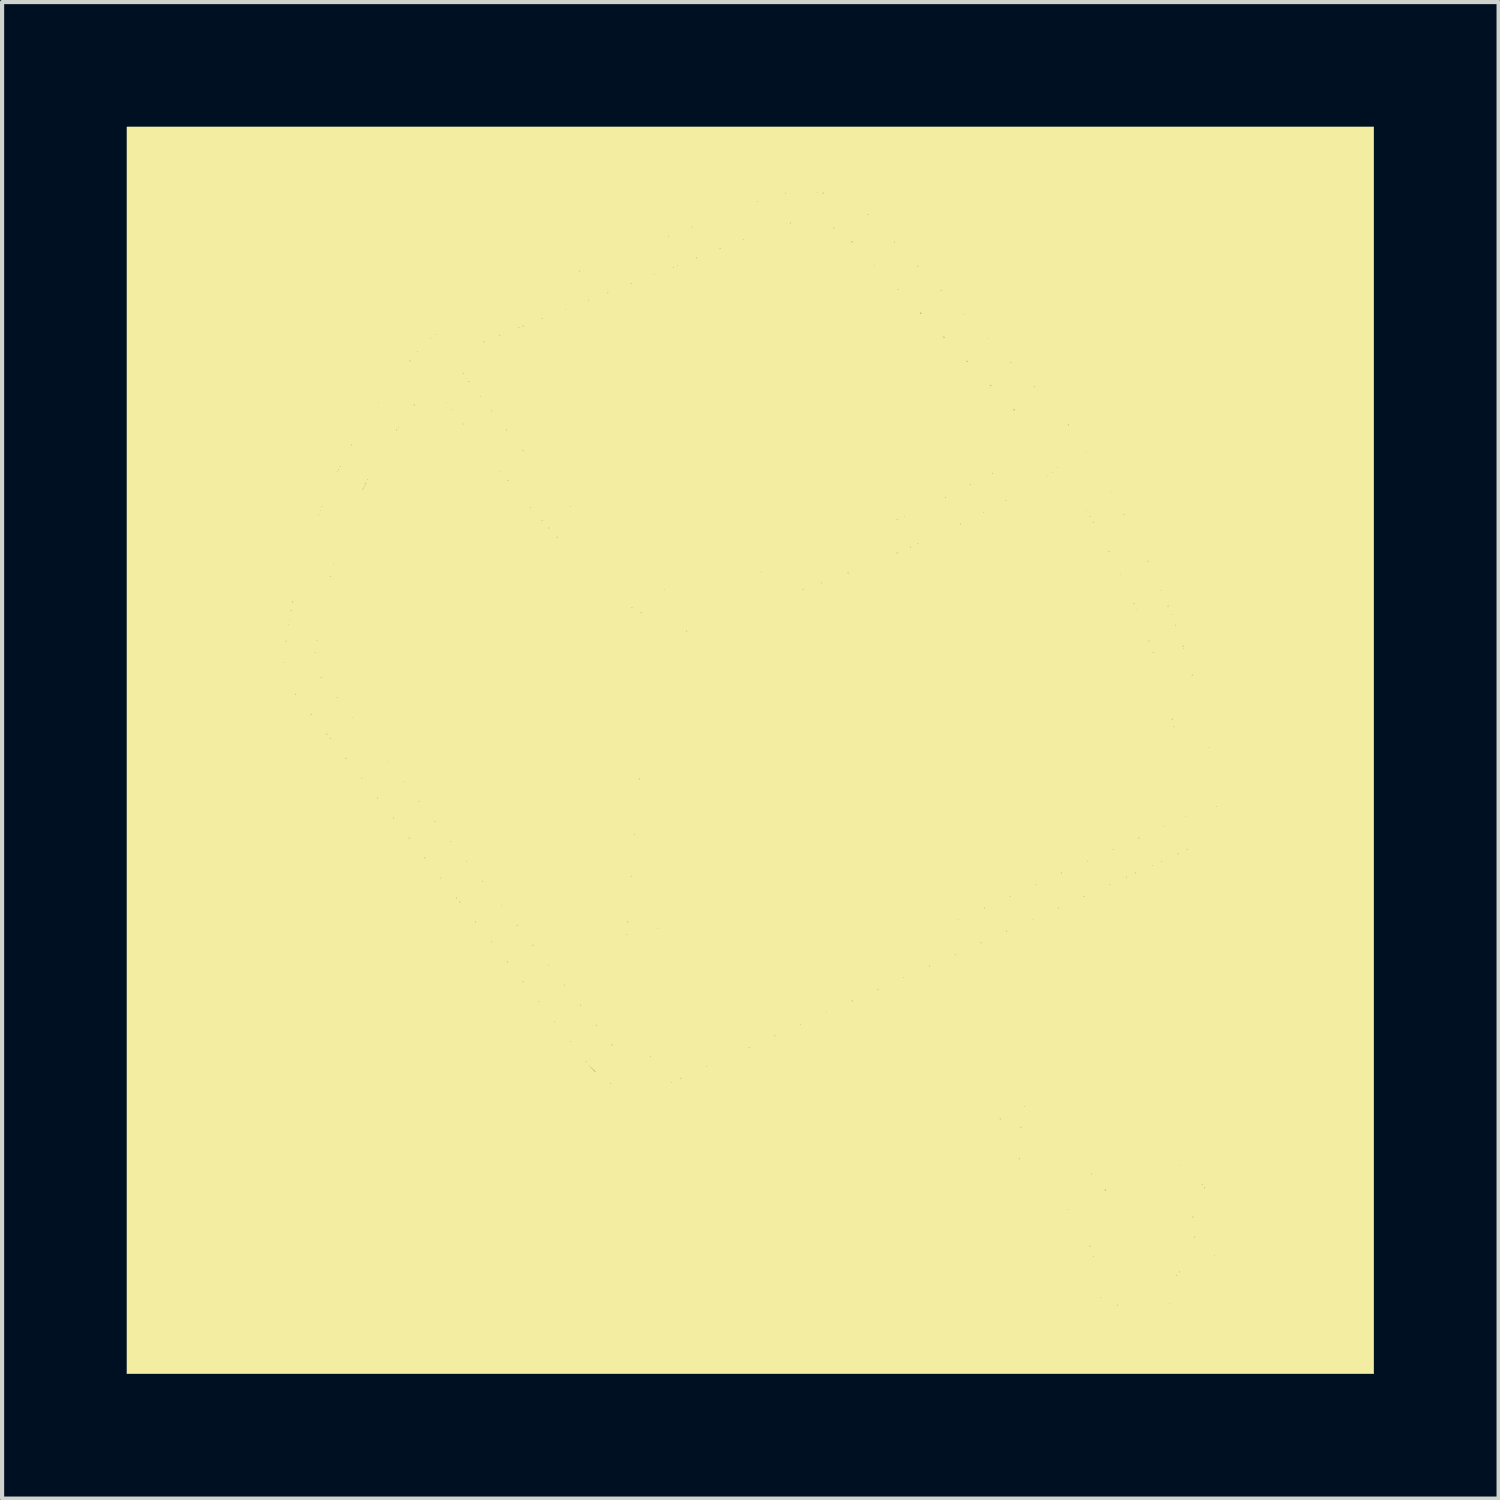
<source format=kicad_pcb>
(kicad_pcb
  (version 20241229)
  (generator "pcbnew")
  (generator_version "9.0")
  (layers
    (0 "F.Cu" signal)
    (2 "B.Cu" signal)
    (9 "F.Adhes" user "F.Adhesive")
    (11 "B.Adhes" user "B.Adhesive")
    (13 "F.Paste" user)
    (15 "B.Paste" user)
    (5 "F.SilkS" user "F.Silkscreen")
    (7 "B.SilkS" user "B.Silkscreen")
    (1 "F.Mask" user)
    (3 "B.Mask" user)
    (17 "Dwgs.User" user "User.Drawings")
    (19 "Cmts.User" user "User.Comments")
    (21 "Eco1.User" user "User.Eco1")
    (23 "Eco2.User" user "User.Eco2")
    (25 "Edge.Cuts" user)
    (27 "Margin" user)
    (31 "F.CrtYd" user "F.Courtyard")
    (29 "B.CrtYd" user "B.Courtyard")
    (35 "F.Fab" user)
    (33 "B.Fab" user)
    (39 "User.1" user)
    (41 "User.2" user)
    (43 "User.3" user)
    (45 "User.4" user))
  (footprint "Untitled"
    (layer "F.Cu")
    (at 15.005 15.005)
    (property "Reference" "Untitled" (at 0 0 0) (layer "F.SilkS") (effects (font (size 1.524 1.524) (thickness 0.3))))
    (attr through_hole)
    (fp_poly (pts (xy 15 15) (xy -15 15) (xy -15 13.35) (xy 8.82 13.35) (xy 8.83 13.36) (xy 8.84 13.35) (xy 8.83 13.34) (xy 8.82 13.35) (xy -15 13.35) (xy -15 13.31) (xy 10.08 13.31) (xy 10.09 13.32) (xy 10.1 13.31) (xy 10.09 13.3) (xy 10.08 13.31) (xy -15 13.31) (xy -15 13.17) (xy 8.42 13.17) (xy 8.43 13.18) (xy 8.44 13.17) (xy 8.43 13.16) (xy 8.42 13.17) (xy -15 13.17) (xy -15 12.63) (xy 10.24 12.63) (xy 10.25 12.64) (xy 10.26 12.63) (xy 10.25 12.62) (xy 10.24 12.63) (xy -15 12.63) (xy -15 12.55) (xy 10.32 12.55) (xy 10.33 12.56) (xy 10.34 12.55) (xy 10.33 12.54) (xy 10.32 12.55) (xy -15 12.55) (xy -15 12.17) (xy 8.24 12.17) (xy 8.25 12.18) (xy 8.26 12.17) (xy 8.25 12.16) (xy 8.24 12.17) (xy -15 12.17) (xy -15 12.15) (xy 11.16 12.15) (xy 11.17 12.16) (xy 11.18 12.15) (xy 11.17 12.14) (xy 11.16 12.15) (xy -15 12.15) (xy -15 11.93) (xy 8.16 11.93) (xy 8.17 11.94) (xy 8.18 11.93) (xy 8.17 11.92) (xy 8.16 11.93) (xy -15 11.93) (xy -15 11.71) (xy 10.68 11.71) (xy 10.69 11.72) (xy 10.7 11.71) (xy 10.69 11.7) (xy 10.68 11.71) (xy -15 11.71) (xy -15 11.23) (xy 10.64 11.23) (xy 10.65 11.24) (xy 10.66 11.23) (xy 10.65 11.22) (xy 10.64 11.23) (xy -15 11.23) (xy -15 11.05) (xy 7.64 11.05) (xy 7.65 11.06) (xy 7.66 11.05) (xy 7.65 11.04) (xy 7.64 11.05) (xy -15 11.05) (xy -15 10.599) (xy 8.525 10.599) (xy 8.528 10.6) (xy 8.546 10.586) (xy 8.55 10.58) (xy 8.555 10.561) (xy 8.552 10.56) (xy 8.534 10.574) (xy 8.53 10.58) (xy 8.525 10.599) (xy -15 10.599) (xy -15 10.53) (xy 10.92 10.53) (xy 10.93 10.54) (xy 10.94 10.53) (xy 10.93 10.52) (xy 10.92 10.53) (xy -15 10.53) (xy -15 10.45) (xy 10.86 10.45) (xy 10.87 10.46) (xy 10.88 10.45) (xy 10.87 10.44) (xy 10.86 10.45) (xy -15 10.45) (xy -15 10.19) (xy 8.2 10.19) (xy 8.21 10.2) (xy 8.22 10.19) (xy 8.21 10.18) (xy 8.2 10.19) (xy -15 10.19) (xy -15 9.99) (xy 10.34 9.99) (xy 10.35 10) (xy 10.36 9.99) (xy 10.35 9.98) (xy 10.34 9.99) (xy -15 9.99) (xy -15 9.83) (xy 6.46 9.83) (xy 6.47 9.84) (xy 6.48 9.83) (xy 6.47 9.82) (xy 6.46 9.83) (xy -15 9.83) (xy -15 9.07) (xy 6.5 9.07) (xy 6.51 9.08) (xy 6.52 9.07) (xy 6.51 9.06) (xy 6.5 9.07) (xy -15 9.07) (xy -15 8.87) (xy 6 8.87) (xy 6.01 8.88) (xy 6.02 8.87) (xy 6.01 8.86) (xy 6 8.87) (xy -15 8.87) (xy -15 8.57) (xy 6.58 8.57) (xy 6.59 8.58) (xy 6.6 8.57) (xy 6.59 8.56) (xy 6.58 8.57) (xy -15 8.57) (xy -15 8.01) (xy -3.38 8.01) (xy -3.37 8.02) (xy -3.36 8.01) (xy -3.37 8) (xy -3.38 8.01) (xy -15 8.01) (xy -15 7.99) (xy -1.9 7.99) (xy -1.89 8) (xy -1.88 7.99) (xy -1.89 7.98) (xy -1.9 7.99) (xy -15 7.99) (xy -15 7.89) (xy -1.68 7.89) (xy -1.67 7.9) (xy -1.66 7.89) (xy -1.67 7.88) (xy -1.68 7.89) (xy -15 7.89) (xy -15 7.57) (xy -3.89 7.57) (xy -3.811 7.655) (xy -3.762 7.707) (xy -3.733 7.734) (xy -3.721 7.739) (xy -3.72 7.734) (xy -3.733 7.718) (xy -3.768 7.684) (xy -3.805 7.649) (xy -3.847 7.61) (xy -1.06 7.61) (xy -1.05 7.62) (xy -1.04 7.61) (xy -1.05 7.6) (xy -1.06 7.61) (xy -3.847 7.61) (xy -3.89 7.57) (xy -15 7.57) (xy -15 7.49) (xy -3.96 7.49) (xy -3.95 7.5) (xy -3.94 7.49) (xy -3.95 7.48) (xy -3.96 7.49) (xy -15 7.49) (xy -15 7.37) (xy -2.42 7.37) (xy -2.41 7.38) (xy -2.4 7.37) (xy -2.41 7.36) (xy -2.42 7.37) (xy -15 7.37) (xy -15 7.15) (xy -0.04 7.15) (xy -0.03 7.16) (xy -0.02 7.15) (xy -0.03 7.14) (xy -0.04 7.15) (xy -15 7.15) (xy -15 7.09) (xy -3.34 7.09) (xy -3.33 7.1) (xy -3.32 7.09) (xy -3.33 7.08) (xy -3.34 7.09) (xy -15 7.09) (xy -15 7.01) (xy -4.34 7.01) (xy -4.33 7.02) (xy -4.32 7.01) (xy -4.33 7) (xy -4.34 7.01) (xy -15 7.01) (xy -15 6.87) (xy 0.58 6.87) (xy 0.59 6.88) (xy 0.6 6.87) (xy 0.59 6.86) (xy 0.58 6.87) (xy -15 6.87) (xy -15 6.61) (xy -3.72 6.61) (xy -3.71 6.62) (xy -3.7 6.61) (xy -3.71 6.6) (xy -3.72 6.61) (xy -15 6.61) (xy -15 6.59) (xy 1.2 6.59) (xy 1.21 6.6) (xy 1.22 6.59) (xy 1.21 6.58) (xy 1.2 6.59) (xy -15 6.59) (xy -15 6.53) (xy -4.72 6.53) (xy -4.71 6.54) (xy -4.7 6.53) (xy -4.71 6.52) (xy -4.72 6.53) (xy -15 6.53) (xy -15 6.31) (xy 1.82 6.31) (xy 1.83 6.32) (xy 1.84 6.31) (xy 1.83 6.3) (xy 1.82 6.31) (xy -15 6.31) (xy -15 6.13) (xy -4.1 6.13) (xy -4.09 6.14) (xy -4.08 6.13) (xy -4.09 6.12) (xy -4.1 6.13) (xy -15 6.13) (xy -15 6.05) (xy -5.1 6.05) (xy -5.09 6.06) (xy -5.08 6.05) (xy -5.09 6.04) (xy -5.1 6.05) (xy -15 6.05) (xy -15 6.03) (xy 2.44 6.03) (xy 2.45 6.04) (xy 2.46 6.03) (xy 2.45 6.02) (xy 2.44 6.03) (xy -15 6.03) (xy -15 5.75) (xy 3.06 5.75) (xy 3.07 5.76) (xy 3.08 5.75) (xy 3.07 5.74) (xy 3.06 5.75) (xy -15 5.75) (xy -15 5.65) (xy -4.48 5.65) (xy -4.47 5.66) (xy -4.46 5.65) (xy -4.47 5.64) (xy -4.48 5.65) (xy -15 5.65) (xy -15 5.57) (xy -5.48 5.57) (xy -5.47 5.58) (xy -5.46 5.57) (xy -5.47 5.56) (xy -5.48 5.57) (xy -15 5.57) (xy -15 5.47) (xy 3.68 5.47) (xy 3.69 5.48) (xy 3.7 5.47) (xy 3.69 5.46) (xy 3.68 5.47) (xy -15 5.47) (xy -15 5.19) (xy 4.3 5.19) (xy 4.31 5.2) (xy 4.32 5.19) (xy 4.31 5.18) (xy 4.3 5.19) (xy -15 5.19) (xy -15 5.17) (xy -4.86 5.17) (xy -4.85 5.18) (xy -4.84 5.17) (xy -4.85 5.16) (xy -4.86 5.17) (xy -15 5.17) (xy -15 5.09) (xy -5.86 5.09) (xy -5.85 5.1) (xy -5.84 5.09) (xy -5.85 5.08) (xy -5.86 5.09) (xy -15 5.09) (xy -15 4.91) (xy 4.92 4.91) (xy 4.93 4.92) (xy 4.94 4.91) (xy 4.93 4.9) (xy 4.92 4.91) (xy -15 4.91) (xy -15 4.69) (xy -5.24 4.69) (xy -5.23 4.7) (xy -5.22 4.69) (xy -5.23 4.68) (xy -5.24 4.69) (xy -15 4.69) (xy -15 4.63) (xy 5.54 4.63) (xy 5.55 4.64) (xy 5.56 4.63) (xy 5.55 4.62) (xy 5.54 4.63) (xy -15 4.63) (xy -15 4.61) (xy -6.24 4.61) (xy -6.23 4.62) (xy -6.22 4.61) (xy -6.23 4.6) (xy -6.24 4.61) (xy -15 4.61) (xy -15 4.43) (xy -2.98 4.43) (xy -2.97 4.44) (xy -2.96 4.43) (xy -2.97 4.42) (xy -2.98 4.43) (xy -15 4.43) (xy -15 4.35) (xy 6.16 4.35) (xy 6.17 4.36) (xy 6.18 4.35) (xy 6.17 4.34) (xy 6.16 4.35) (xy -15 4.35) (xy -15 4.29) (xy -2.24 4.29) (xy -2.23 4.3) (xy -2.22 4.29) (xy -2.23 4.28) (xy -2.24 4.29) (xy -15 4.29) (xy -15 4.21) (xy -5.62 4.21) (xy -5.61 4.22) (xy -5.6 4.21) (xy -5.61 4.2) (xy -5.62 4.21) (xy -15 4.21) (xy -15 4.13) (xy -6.62 4.13) (xy -6.61 4.14) (xy -6.6 4.13) (xy -2.96 4.13) (xy -2.95 4.14) (xy -2.94 4.13) (xy -2.95 4.12) (xy -2.96 4.13) (xy -6.6 4.13) (xy -6.61 4.12) (xy -6.62 4.13) (xy -15 4.13) (xy -15 4.07) (xy 5 4.07) (xy 5.01 4.08) (xy 5.02 4.07) (xy 6.78 4.07) (xy 6.79 4.08) (xy 6.8 4.07) (xy 6.79 4.06) (xy 6.78 4.07) (xy 5.02 4.07) (xy 5.01 4.06) (xy 5 4.07) (xy -15 4.07) (xy -15 3.79) (xy 5.62 3.79) (xy 5.63 3.8) (xy 5.64 3.79) (xy 7.4 3.79) (xy 7.41 3.8) (xy 7.42 3.79) (xy 7.41 3.78) (xy 7.4 3.79) (xy 5.64 3.79) (xy 5.63 3.78) (xy 5.62 3.79) (xy -15 3.79) (xy -15 3.73) (xy -6 3.73) (xy -5.99 3.74) (xy -5.98 3.73) (xy -5.99 3.72) (xy -6 3.73) (xy -15 3.73) (xy -15 3.65) (xy -7 3.65) (xy -6.99 3.66) (xy -6.98 3.65) (xy -6.99 3.64) (xy -7 3.65) (xy -15 3.65) (xy -15 3.55) (xy -7.08 3.55) (xy -7.07 3.56) (xy -7.06 3.55) (xy -7.07 3.54) (xy -7.08 3.55) (xy -15 3.55) (xy -15 3.51) (xy 6.24 3.51) (xy 6.25 3.52) (xy 6.26 3.51) (xy 8.02 3.51) (xy 8.03 3.52) (xy 8.04 3.51) (xy 8.03 3.5) (xy 8.02 3.51) (xy 6.26 3.51) (xy 6.25 3.5) (xy 6.24 3.51) (xy -15 3.51) (xy -15 3.23) (xy 6.86 3.23) (xy 6.87 3.24) (xy 6.88 3.23) (xy 8.64 3.23) (xy 8.65 3.24) (xy 8.66 3.23) (xy 8.65 3.22) (xy 8.64 3.23) (xy 6.88 3.23) (xy 6.87 3.22) (xy 6.86 3.23) (xy -15 3.23) (xy -15 3.15) (xy -6.46 3.15) (xy -6.45 3.16) (xy -6.44 3.15) (xy -6.45 3.14) (xy -6.46 3.15) (xy -15 3.15) (xy -15 3.07) (xy -7.46 3.07) (xy -7.45 3.08) (xy -7.44 3.07) (xy -7.45 3.06) (xy -7.46 3.07) (xy -15 3.07) (xy -15 3.05) (xy 9.04 3.05) (xy 9.05 3.06) (xy 9.06 3.05) (xy 9.05 3.04) (xy 9.04 3.05) (xy -15 3.05) (xy -15 3.03) (xy -2.88 3.03) (xy -2.87 3.04) (xy -2.86 3.03) (xy -2.87 3.02) (xy -2.88 3.03) (xy -15 3.03) (xy -15 2.95) (xy 7.48 2.95) (xy 7.49 2.96) (xy 7.5 2.95) (xy 9.26 2.95) (xy 9.27 2.96) (xy 9.28 2.95) (xy 9.27 2.94) (xy 9.26 2.95) (xy 7.5 2.95) (xy 7.49 2.94) (xy 7.48 2.95) (xy -15 2.95) (xy -15 2.77) (xy 9.66 2.77) (xy 9.67 2.78) (xy 9.68 2.77) (xy 9.67 2.76) (xy 9.66 2.77) (xy -15 2.77) (xy -15 2.67) (xy -6.84 2.67) (xy -6.83 2.68) (xy -6.82 2.67) (xy 8.1 2.67) (xy 8.11 2.68) (xy 8.12 2.67) (xy 9.88 2.67) (xy 9.89 2.68) (xy 9.9 2.67) (xy 9.89 2.66) (xy 9.88 2.67) (xy 8.12 2.67) (xy 8.11 2.66) (xy 8.1 2.67) (xy -6.82 2.67) (xy -6.83 2.66) (xy -6.84 2.67) (xy -15 2.67) (xy -15 2.59) (xy -7.84 2.59) (xy -7.83 2.6) (xy -7.82 2.59) (xy -7.83 2.58) (xy -7.84 2.59) (xy -15 2.59) (xy -15 2.49) (xy 10.28 2.49) (xy 10.29 2.5) (xy 10.3 2.49) (xy 10.29 2.48) (xy 10.28 2.49) (xy -15 2.49) (xy -15 2.39) (xy 8.72 2.39) (xy 8.73 2.4) (xy 8.74 2.39) (xy 10.5 2.39) (xy 10.51 2.4) (xy 10.52 2.39) (xy 10.51 2.38) (xy 10.5 2.39) (xy 8.74 2.39) (xy 8.73 2.38) (xy 8.72 2.39) (xy -15 2.39) (xy -15 2.19) (xy -7.22 2.19) (xy -7.21 2.2) (xy -7.2 2.19) (xy -7.21 2.18) (xy -7.22 2.19) (xy -15 2.19) (xy -15 2.11) (xy -8.22 2.11) (xy -8.21 2.12) (xy -8.2 2.11) (xy 9.34 2.11) (xy 9.35 2.12) (xy 9.36 2.11) (xy 9.35 2.1) (xy 9.34 2.11) (xy -8.2 2.11) (xy -8.21 2.1) (xy -8.22 2.11) (xy -15 2.11) (xy -15 2.03) (xy -2.8 2.03) (xy -2.79 2.04) (xy -2.78 2.03) (xy -2.79 2.02) (xy -2.8 2.03) (xy -15 2.03) (xy -15 1.83) (xy 9.96 1.83) (xy 9.97 1.84) (xy 9.98 1.83) (xy 9.97 1.82) (xy 9.96 1.83) (xy -15 1.83) (xy -15 1.71) (xy -7.6 1.71) (xy -7.59 1.72) (xy -7.58 1.71) (xy -7.59 1.7) (xy -7.6 1.71) (xy -15 1.71) (xy -15 1.63) (xy -8.6 1.63) (xy -8.59 1.64) (xy -8.58 1.63) (xy -8.59 1.62) (xy -8.6 1.63) (xy -15 1.63) (xy -15 1.59) (xy 10.46 1.59) (xy 10.47 1.6) (xy 10.48 1.59) (xy 10.47 1.58) (xy 10.46 1.59) (xy -15 1.59) (xy -15 1.35) (xy 11.2 1.35) (xy 11.21 1.36) (xy 11.22 1.35) (xy 11.21 1.34) (xy 11.2 1.35) (xy -15 1.35) (xy -15 1.23) (xy -7.98 1.23) (xy -7.97 1.24) (xy -7.96 1.23) (xy -7.97 1.22) (xy -7.98 1.23) (xy -15 1.23) (xy -15 1.15) (xy -8.98 1.15) (xy -8.97 1.16) (xy -8.96 1.15) (xy -8.97 1.14) (xy -8.98 1.15) (xy -15 1.15) (xy -15 0.75) (xy -8.36 0.75) (xy -8.35 0.76) (xy -8.34 0.75) (xy -8.35 0.74) (xy -8.36 0.75) (xy -15 0.75) (xy -15 0.69) (xy -2.68 0.69) (xy -2.67 0.7) (xy -2.66 0.69) (xy -2.67 0.68) (xy -2.68 0.69) (xy -15 0.69) (xy -15 0.67) (xy -9.36 0.67) (xy -9.35 0.68) (xy -9.34 0.67) (xy -9.35 0.66) (xy -9.36 0.67) (xy -15 0.67) (xy -15 0.27) (xy -8.74 0.27) (xy -8.73 0.28) (xy -8.72 0.27) (xy -8.73 0.26) (xy -8.74 0.27) (xy -15 0.27) (xy -15 0.19) (xy -9.74 0.19) (xy -9.73 0.2) (xy -9.72 0.19) (xy -9.73 0.18) (xy -9.74 0.19) (xy -15 0.19) (xy -15 -0.07) (xy 11.02 -0.07) (xy 11.03 -0.06) (xy 11.04 -0.07) (xy 11.03 -0.08) (xy 11.02 -0.07) (xy -15 -0.07) (xy -15 -0.29) (xy -10.12 -0.29) (xy -10.11 -0.28) (xy -10.1 -0.29) (xy -10.11 -0.3) (xy -10.12 -0.29) (xy -15 -0.29) (xy -15 -0.39) (xy -10.2 -0.39) (xy -10.19 -0.38) (xy -10.18 -0.39) (xy -10.19 -0.4) (xy -10.2 -0.39) (xy -15 -0.39) (xy -15 -0.57) (xy 10.18 -0.57) (xy 10.19 -0.56) (xy 10.2 -0.57) (xy 10.19 -0.58) (xy 10.18 -0.57) (xy -15 -0.57) (xy -15 -0.75) (xy 10.14 -0.75) (xy 10.15 -0.74) (xy 10.16 -0.75) (xy 10.15 -0.76) (xy 10.14 -0.75) (xy -15 -0.75) (xy -15 -0.79) (xy -9.58 -0.79) (xy -9.57 -0.78) (xy -9.56 -0.79) (xy -9.57 -0.8) (xy -9.58 -0.79) (xy -15 -0.79) (xy -15 -0.87) (xy -10.58 -0.87) (xy -10.57 -0.86) (xy -10.56 -0.87) (xy -10.57 -0.88) (xy -10.58 -0.87) (xy -15 -0.87) (xy -15 -1.27) (xy -9.96 -1.27) (xy -9.95 -1.26) (xy -9.94 -1.27) (xy -9.95 -1.28) (xy -9.96 -1.27) (xy -15 -1.27) (xy -15 -1.35) (xy -10.96 -1.35) (xy -10.95 -1.34) (xy -10.94 -1.35) (xy -10.95 -1.36) (xy -10.96 -1.35) (xy -15 -1.35) (xy -15 -1.75) (xy -10.34 -1.75) (xy -10.33 -1.74) (xy -10.32 -1.75) (xy -10.33 -1.76) (xy -10.34 -1.75) (xy -15 -1.75) (xy -15 -1.81) (xy 10.62 -1.81) (xy 10.63 -1.8) (xy 10.64 -1.81) (xy 10.63 -1.82) (xy 10.62 -1.81) (xy -15 -1.81) (xy -15 -2.11) (xy -11.24 -2.11) (xy -11.23 -2.1) (xy -11.22 -2.11) (xy -11.23 -2.12) (xy -11.24 -2.11) (xy -15 -2.11) (xy -15 -2.35) (xy -10.48 -2.35) (xy -10.47 -2.34) (xy -10.46 -2.35) (xy 9.68 -2.35) (xy 9.69 -2.34) (xy 9.7 -2.35) (xy 9.69 -2.36) (xy 9.68 -2.35) (xy -10.46 -2.35) (xy -10.47 -2.36) (xy -10.48 -2.35) (xy -15 -2.35) (xy -15 -2.45) (xy 10.42 -2.45) (xy 10.43 -2.44) (xy 10.44 -2.45) (xy 10.43 -2.46) (xy 10.42 -2.45) (xy -15 -2.45) (xy -15 -2.51) (xy 10.4 -2.51) (xy 10.41 -2.5) (xy 10.42 -2.51) (xy 10.41 -2.52) (xy 10.4 -2.51) (xy -15 -2.51) (xy -15 -2.63) (xy -11.18 -2.63) (xy -11.17 -2.62) (xy -11.16 -2.63) (xy 9.58 -2.63) (xy 9.59 -2.62) (xy 9.6 -2.63) (xy 9.59 -2.64) (xy 9.58 -2.63) (xy -11.16 -2.63) (xy -11.17 -2.64) (xy -11.18 -2.63) (xy -15 -2.63) (xy -15 -2.65) (xy -10.44 -2.65) (xy -10.43 -2.64) (xy -10.42 -2.65) (xy -10.43 -2.66) (xy -10.44 -2.65) (xy -15 -2.65) (xy -15 -2.87) (xy -1.54 -2.87) (xy -1.53 -2.86) (xy -1.52 -2.87) (xy -1.53 -2.88) (xy -1.54 -2.87) (xy -15 -2.87) (xy -15 -3.01) (xy 10.22 -3.01) (xy 10.23 -3) (xy 10.24 -3.01) (xy 10.23 -3.02) (xy 10.22 -3.01) (xy -15 -3.01) (xy -15 -3.03) (xy -11.12 -3.03) (xy -11.11 -3.02) (xy -11.1 -3.03) (xy -11.11 -3.04) (xy -11.12 -3.03) (xy -15 -3.03) (xy -15 -3.15) (xy -11.1 -3.15) (xy -11.09 -3.14) (xy -11.08 -3.15) (xy -11.09 -3.16) (xy -11.1 -3.15) (xy -15 -3.15) (xy -15 -3.27) (xy 10.12 -3.27) (xy 10.13 -3.26) (xy 10.14 -3.27) (xy 10.13 -3.28) (xy 10.12 -3.27) (xy -15 -3.27) (xy -15 -3.31) (xy -2.64 -3.31) (xy -2.63 -3.3) (xy -2.62 -3.31) (xy -2.63 -3.32) (xy -2.64 -3.31) (xy -15 -3.31) (xy -15 -3.37) (xy -11.06 -3.37) (xy -11.05 -3.36) (xy -11.04 -3.37) (xy -11.05 -3.38) (xy -11.06 -3.37) (xy -15 -3.37) (xy -15 -3.39) (xy 9.28 -3.39) (xy 9.29 -3.38) (xy 9.3 -3.39) (xy 9.29 -3.4) (xy 9.28 -3.39) (xy -15 -3.39) (xy -15 -3.43) (xy -2.86 -3.43) (xy -2.85 -3.42) (xy -2.84 -3.43) (xy -2.85 -3.44) (xy -2.86 -3.43) (xy -15 -3.43) (xy -15 -3.47) (xy 10.04 -3.47) (xy 10.05 -3.46) (xy 10.06 -3.47) (xy 10.05 -3.48) (xy 10.04 -3.47) (xy -15 -3.47) (xy -15 -3.53) (xy 9.22 -3.53) (xy 9.23 -3.52) (xy 9.24 -3.53) (xy 9.23 -3.54) (xy 9.22 -3.53) (xy -15 -3.53) (xy -15 -3.57) (xy -11.02 -3.57) (xy -11.01 -3.56) (xy -11 -3.57) (xy -11.01 -3.58) (xy -11.02 -3.57) (xy -15 -3.57) (xy -15 -3.85) (xy 9.88 -3.85) (xy 9.89 -3.84) (xy 9.9 -3.85) (xy 9.89 -3.86) (xy 9.88 -3.85) (xy -15 -3.85) (xy -15 -3.87) (xy -2.08 -3.87) (xy -2.07 -3.86) (xy -2.06 -3.87) (xy 1.26 -3.87) (xy 1.27 -3.86) (xy 1.28 -3.87) (xy 1.27 -3.88) (xy 1.26 -3.87) (xy -2.06 -3.87) (xy -2.07 -3.88) (xy -2.08 -3.87) (xy -15 -3.87) (xy -15 -4.03) (xy 1.7 -4.03) (xy 1.71 -4.02) (xy 1.72 -4.03) (xy 1.71 -4.04) (xy 1.7 -4.03) (xy -15 -4.03) (xy -15 -4.19) (xy -10.12 -4.19) (xy -10.11 -4.18) (xy -10.1 -4.19) (xy -10.11 -4.2) (xy -10.12 -4.19) (xy -15 -4.19) (xy -15 -4.23) (xy 8.9 -4.23) (xy 8.91 -4.22) (xy 8.92 -4.23) (xy 8.91 -4.24) (xy 8.9 -4.23) (xy -15 -4.23) (xy -15 -4.27) (xy 2.34 -4.27) (xy 2.35 -4.26) (xy 2.36 -4.27) (xy 2.35 -4.28) (xy 2.34 -4.27) (xy -15 -4.27) (xy -15 -4.29) (xy 0.26 -4.29) (xy 0.27 -4.28) (xy 0.28 -4.29) (xy 0.27 -4.3) (xy 0.26 -4.29) (xy -15 -4.29) (xy -15 -4.47) (xy -10.04 -4.47) (xy -10.03 -4.46) (xy -10.02 -4.47) (xy -10.03 -4.48) (xy -10.04 -4.47) (xy -15 -4.47) (xy -15 -4.55) (xy 9.56 -4.55) (xy 9.57 -4.54) (xy 9.58 -4.55) (xy 9.57 -4.56) (xy 9.56 -4.55) (xy -15 -4.55) (xy -15 -4.75) (xy 3.52 -4.75) (xy 3.53 -4.74) (xy 3.54 -4.75) (xy 3.53 -4.76) (xy 3.52 -4.75) (xy -15 -4.75) (xy -15 -4.79) (xy 8.62 -4.79) (xy 8.63 -4.78) (xy 8.64 -4.79) (xy 8.63 -4.8) (xy 8.62 -4.79) (xy -15 -4.79) (xy -15 -4.89) (xy 3.84 -4.89) (xy 3.85 -4.88) (xy 3.86 -4.89) (xy 3.85 -4.9) (xy 3.84 -4.89) (xy -15 -4.89) (xy -15 -4.97) (xy 4.02 -4.97) (xy 4.03 -4.96) (xy 4.04 -4.97) (xy 4.03 -4.98) (xy 4.02 -4.97) (xy -15 -4.97) (xy -15 -5.13) (xy -4.66 -5.13) (xy -4.65 -5.12) (xy -4.64 -5.13) (xy -4.65 -5.14) (xy -4.66 -5.13) (xy -15 -5.13) (xy -15 -5.35) (xy -4.86 -5.35) (xy -4.85 -5.34) (xy -4.84 -5.35) (xy -4.85 -5.36) (xy -4.86 -5.35) (xy -15 -5.35) (xy -15 -5.45) (xy 5.04 -5.45) (xy 5.05 -5.44) (xy 5.06 -5.45) (xy 5.05 -5.46) (xy 5.04 -5.45) (xy -15 -5.45) (xy -15 -5.49) (xy 8.24 -5.49) (xy 8.25 -5.48) (xy 8.26 -5.49) (xy 8.25 -5.5) (xy 8.24 -5.49) (xy -15 -5.49) (xy -15 -5.53) (xy -5.02 -5.53) (xy -5.01 -5.52) (xy -5 -5.53) (xy -5.01 -5.54) (xy -5.02 -5.53) (xy -15 -5.53) (xy -15 -5.55) (xy 3.52 -5.55) (xy 3.53 -5.54) (xy 3.54 -5.55) (xy 3.53 -5.56) (xy 3.52 -5.55) (xy -15 -5.55) (xy -15 -5.63) (xy 3.7 -5.63) (xy 3.71 -5.62) (xy 3.72 -5.63) (xy 8.16 -5.63) (xy 8.17 -5.62) (xy 8.18 -5.63) (xy 8.17 -5.64) (xy 8.16 -5.63) (xy 3.72 -5.63) (xy 3.71 -5.64) (xy 3.7 -5.63) (xy -15 -5.63) (xy -15 -5.67) (xy -10.4 -5.67) (xy -10.39 -5.66) (xy -10.38 -5.67) (xy 8.98 -5.67) (xy 8.99 -5.66) (xy 9 -5.67) (xy 8.99 -5.68) (xy 8.98 -5.67) (xy -10.38 -5.67) (xy -10.39 -5.68) (xy -10.4 -5.67) (xy -15 -5.67) (xy -15 -5.73) (xy 5.6 -5.73) (xy 5.61 -5.72) (xy 5.62 -5.73) (xy 5.61 -5.74) (xy 5.6 -5.73) (xy -15 -5.73) (xy -15 -5.77) (xy -10.36 -5.77) (xy -10.35 -5.76) (xy -10.34 -5.77) (xy 8.08 -5.77) (xy 8.09 -5.76) (xy 8.1 -5.77) (xy 8.09 -5.78) (xy 8.08 -5.77) (xy -10.34 -5.77) (xy -10.35 -5.78) (xy -10.36 -5.77) (xy -15 -5.77) (xy -15 -5.85) (xy -5.3 -5.85) (xy -5.29 -5.84) (xy -5.28 -5.85) (xy -5.29 -5.86) (xy -5.3 -5.85) (xy -15 -5.85) (xy -15 -5.87) (xy -10.32 -5.87) (xy -10.31 -5.86) (xy -10.3 -5.87) (xy -4.34 -5.87) (xy -4.33 -5.86) (xy -4.32 -5.87) (xy -4.33 -5.88) (xy -4.34 -5.87) (xy -10.3 -5.87) (xy -10.31 -5.88) (xy -10.32 -5.87) (xy -15 -5.87) (xy -15 -6.01) (xy 6.14 -6.01) (xy 6.15 -6) (xy 6.16 -6.01) (xy 6.15 -6.02) (xy 6.14 -6.01) (xy -15 -6.01) (xy -15 -6.09) (xy 4.68 -6.09) (xy 4.69 -6.08) (xy 4.7 -6.09) (xy 4.69 -6.1) (xy 4.68 -6.09) (xy -15 -6.09) (xy -15 -6.23) (xy 8.66 -6.23) (xy 8.67 -6.22) (xy 8.68 -6.23) (xy 8.67 -6.24) (xy 8.66 -6.23) (xy -15 -6.23) (xy -15 -6.27) (xy -9.34 -6.27) (xy -9.33 -6.26) (xy -9.32 -6.27) (xy -9.33 -6.28) (xy -9.34 -6.27) (xy -15 -6.27) (xy -15 -6.31) (xy -9.32 -6.31) (xy -9.31 -6.3) (xy -9.3 -6.31) (xy -9.31 -6.32) (xy -9.32 -6.31) (xy -15 -6.31) (xy -15 -6.35) (xy -9.3 -6.35) (xy -9.29 -6.34) (xy -9.28 -6.35) (xy -9.29 -6.36) (xy -9.3 -6.35) (xy -15 -6.35) (xy -15 -6.39) (xy -9.28 -6.39) (xy -9.27 -6.38) (xy -9.26 -6.39) (xy 5.28 -6.39) (xy 5.29 -6.38) (xy 5.3 -6.39) (xy 5.29 -6.4) (xy 5.28 -6.39) (xy -9.26 -6.39) (xy -9.27 -6.4) (xy -9.28 -6.39) (xy -15 -6.39) (xy -15 -6.43) (xy -9.26 -6.43) (xy -9.25 -6.42) (xy -9.24 -6.43) (xy -9.25 -6.44) (xy -9.26 -6.43) (xy -15 -6.43) (xy -15 -6.49) (xy -5.84 -6.49) (xy -5.83 -6.48) (xy -5.82 -6.49) (xy -5.83 -6.5) (xy -5.84 -6.49) (xy -15 -6.49) (xy -15 -6.51) (xy -9.22 -6.51) (xy -9.21 -6.5) (xy -9.2 -6.51) (xy -9.21 -6.52) (xy -9.22 -6.51) (xy -15 -6.51) (xy -15 -6.59) (xy 7.14 -6.59) (xy 7.15 -6.58) (xy 7.16 -6.59) (xy 7.15 -6.6) (xy 7.14 -6.59) (xy -15 -6.59) (xy -15 -6.67) (xy 5.82 -6.67) (xy 5.83 -6.66) (xy 5.84 -6.67) (xy 5.83 -6.68) (xy 5.82 -6.67) (xy -15 -6.67) (xy -15 -6.69) (xy 7.26 -6.69) (xy 7.27 -6.68) (xy 7.28 -6.69) (xy 7.27 -6.7) (xy 7.26 -6.69) (xy -15 -6.69) (xy -15 -6.71) (xy -9.94 -6.71) (xy -9.93 -6.7) (xy -9.92 -6.71) (xy -6.02 -6.71) (xy -6.01 -6.7) (xy -6 -6.71) (xy -6.01 -6.72) (xy -6.02 -6.71) (xy -9.92 -6.71) (xy -9.93 -6.72) (xy -9.94 -6.71) (xy -15 -6.71) (xy -15 -6.75) (xy -9.92 -6.75) (xy -9.91 -6.74) (xy -9.9 -6.75) (xy -9.91 -6.76) (xy -9.92 -6.75) (xy -15 -6.75) (xy -15 -6.81) (xy 7.38 -6.81) (xy 7.39 -6.8) (xy 7.4 -6.81) (xy 7.39 -6.82) (xy 7.38 -6.81) (xy -15 -6.81) (xy -15 -6.83) (xy -9.88 -6.83) (xy -9.87 -6.82) (xy -9.86 -6.83) (xy -9.87 -6.84) (xy -9.88 -6.83) (xy -15 -6.83) (xy -15 -7.17) (xy 8.08 -7.17) (xy 8.09 -7.16) (xy 8.1 -7.17) (xy 8.09 -7.18) (xy 8.08 -7.17) (xy -15 -7.17) (xy -15 -7.21) (xy -5.48 -7.21) (xy -5.47 -7.2) (xy -5.46 -7.21) (xy -5.47 -7.22) (xy -5.48 -7.21) (xy -15 -7.21) (xy -15 -7.35) (xy -9.6 -7.35) (xy -9.59 -7.34) (xy -9.58 -7.35) (xy -9.59 -7.36) (xy -9.6 -7.35) (xy -15 -7.35) (xy -15 -7.71) (xy -8.52 -7.71) (xy -8.51 -7.7) (xy -8.5 -7.71) (xy -5.88 -7.71) (xy -5.87 -7.7) (xy -5.86 -7.71) (xy -5.87 -7.72) (xy -5.88 -7.71) (xy -8.5 -7.71) (xy -8.51 -7.72) (xy -8.52 -7.71) (xy -15 -7.71) (xy -15 -7.77) (xy -8.48 -7.77) (xy -8.47 -7.76) (xy -8.46 -7.77) (xy -8.47 -7.78) (xy -8.48 -7.77) (xy -15 -7.77) (xy -15 -7.83) (xy 7.64 -7.83) (xy 7.65 -7.82) (xy 7.66 -7.83) (xy 7.65 -7.84) (xy 7.64 -7.83) (xy -15 -7.83) (xy -15 -7.85) (xy -6.92 -7.85) (xy -6.91 -7.84) (xy -6.9 -7.85) (xy -6.91 -7.86) (xy -6.92 -7.85) (xy -15 -7.85) (xy -15 -8.17) (xy -6.24 -8.17) (xy -6.23 -8.16) (xy -6.22 -8.17) (xy -6.23 -8.18) (xy -6.24 -8.17) (xy -15 -8.17) (xy -15 -8.19) (xy -7.18 -8.19) (xy -7.17 -8.18) (xy -7.16 -8.19) (xy -7.17 -8.2) (xy -7.18 -8.19) (xy -15 -8.19) (xy -15 -8.214) (xy 6.323 -8.214) (xy 6.328 -8.203) (xy 6.348 -8.182) (xy 6.36 -8.186) (xy 6.36 -8.189) (xy 6.346 -8.206) (xy 6.337 -8.212) (xy 6.323 -8.214) (xy -15 -8.214) (xy -15 -8.31) (xy -8.1 -8.31) (xy -8.09 -8.3) (xy -8.08 -8.31) (xy -8.09 -8.32) (xy -8.1 -8.31) (xy -15 -8.31) (xy -15 -8.37) (xy -8.96 -8.37) (xy -8.95 -8.36) (xy -8.94 -8.37) (xy -7.32 -8.37) (xy -7.31 -8.36) (xy -7.3 -8.37) (xy -7.31 -8.38) (xy -7.32 -8.37) (xy -8.94 -8.37) (xy -8.95 -8.38) (xy -8.96 -8.37) (xy -15 -8.37) (xy -15 -8.51) (xy -6.5 -8.51) (xy -6.49 -8.5) (xy -6.48 -8.51) (xy -6.49 -8.52) (xy -6.5 -8.51) (xy -15 -8.51) (xy -15 -8.75) (xy 6.82 -8.75) (xy 6.83 -8.74) (xy 6.84 -8.75) (xy 6.83 -8.76) (xy 6.82 -8.75) (xy -15 -8.75) (xy -15 -8.794) (xy 5.763 -8.794) (xy 5.768 -8.783) (xy 5.788 -8.762) (xy 5.8 -8.766) (xy 5.8 -8.769) (xy 5.786 -8.786) (xy 5.777 -8.792) (xy 5.763 -8.794) (xy -15 -8.794) (xy -15 -8.87) (xy -6.78 -8.87) (xy -6.77 -8.86) (xy -6.76 -8.87) (xy -6.77 -8.88) (xy -6.78 -8.87) (xy -15 -8.87) (xy -15 -8.95) (xy -6.84 -8.95) (xy -6.83 -8.94) (xy -6.82 -8.95) (xy -6.83 -8.96) (xy -6.84 -8.95) (xy -15 -8.95) (xy -15 -9.07) (xy -6.92 -9.07) (xy -6.91 -9.06) (xy -6.9 -9.07) (xy -6.91 -9.08) (xy -6.92 -9.07) (xy -15 -9.07) (xy -15 -9.33) (xy 6.26 -9.33) (xy 6.27 -9.32) (xy 6.28 -9.33) (xy 6.27 -9.34) (xy 6.26 -9.33) (xy -15 -9.33) (xy -15 -9.37) (xy -8.2 -9.37) (xy -8.19 -9.36) (xy -8.18 -9.37) (xy -8.184 -9.374) (xy 5.203 -9.374) (xy 5.208 -9.363) (xy 5.228 -9.342) (xy 5.24 -9.346) (xy 5.24 -9.349) (xy 5.226 -9.366) (xy 5.217 -9.372) (xy 5.203 -9.374) (xy -8.184 -9.374) (xy -8.19 -9.38) (xy -8.2 -9.37) (xy -15 -9.37) (xy -15 -9.59) (xy -8.02 -9.59) (xy -8.01 -9.58) (xy -8 -9.59) (xy -8.01 -9.6) (xy -8.02 -9.59) (xy -15 -9.59) (xy -15 -9.83) (xy -6.42 -9.83) (xy -6.41 -9.82) (xy -6.4 -9.83) (xy -6.41 -9.84) (xy -6.42 -9.83) (xy -15 -9.83) (xy -15 -9.91) (xy -7.7 -9.91) (xy -7.69 -9.9) (xy -7.68 -9.91) (xy 5.7 -9.91) (xy 5.71 -9.9) (xy 5.72 -9.91) (xy 5.71 -9.92) (xy 5.7 -9.91) (xy -7.68 -9.91) (xy -7.69 -9.92) (xy -7.7 -9.91) (xy -15 -9.91) (xy -15 -9.954) (xy 4.643 -9.954) (xy 4.648 -9.943) (xy 4.668 -9.922) (xy 4.68 -9.926) (xy 4.68 -9.929) (xy 4.666 -9.946) (xy 4.657 -9.952) (xy 4.643 -9.954) (xy -15 -9.954) (xy -15 -9.99) (xy -6.04 -9.99) (xy -6.03 -9.98) (xy -6.02 -9.99) (xy -6.03 -10) (xy -6.04 -9.99) (xy -15 -9.99) (xy -15 -10.01) (xy -7.58 -10.01) (xy -7.57 -10) (xy -7.56 -10.01) (xy -7.57 -10.02) (xy -7.58 -10.01) (xy -15 -10.01) (xy -15 -10.17) (xy -5.58 -10.17) (xy -5.57 -10.16) (xy -5.56 -10.17) (xy -5.57 -10.18) (xy -5.58 -10.17) (xy -15 -10.17) (xy -15 -10.21) (xy -5.48 -10.21) (xy -5.47 -10.2) (xy -5.46 -10.21) (xy -5.47 -10.22) (xy -5.48 -10.21) (xy -15 -10.21) (xy -15 -10.39) (xy -5.02 -10.39) (xy -5.01 -10.38) (xy -5 -10.39) (xy -5.01 -10.4) (xy -5.02 -10.39) (xy -15 -10.39) (xy -15 -10.49) (xy 5.14 -10.49) (xy 5.15 -10.48) (xy 5.16 -10.49) (xy 5.15 -10.5) (xy 5.14 -10.49) (xy -15 -10.49) (xy -15 -10.534) (xy 4.083 -10.534) (xy 4.088 -10.523) (xy 4.108 -10.502) (xy 4.12 -10.506) (xy 4.12 -10.509) (xy 4.106 -10.526) (xy 4.097 -10.532) (xy 4.083 -10.534) (xy -15 -10.534) (xy -15 -10.61) (xy -4.46 -10.61) (xy -4.45 -10.6) (xy -4.44 -10.61) (xy -4.45 -10.62) (xy -4.46 -10.61) (xy -15 -10.61) (xy -15 -10.83) (xy -3.9 -10.83) (xy -3.89 -10.82) (xy -3.88 -10.83) (xy -3.89 -10.84) (xy -3.9 -10.83) (xy -15 -10.83) (xy -15 -11.01) (xy -3.44 -11.01) (xy -3.43 -11) (xy -3.42 -11.01) (xy -3.43 -11.02) (xy -3.44 -11.01) (xy -15 -11.01) (xy -15 -11.07) (xy 4.58 -11.07) (xy 4.59 -11.06) (xy 4.6 -11.07) (xy 4.59 -11.08) (xy 4.58 -11.07) (xy -15 -11.07) (xy -15 -11.09) (xy 3.54 -11.09) (xy 3.55 -11.08) (xy 3.56 -11.09) (xy 3.55 -11.1) (xy 3.54 -11.09) (xy -15 -11.09) (xy -15 -11.23) (xy -2.88 -11.23) (xy -2.87 -11.22) (xy -2.86 -11.23) (xy -2.87 -11.24) (xy -2.88 -11.23) (xy -15 -11.23) (xy -15 -11.45) (xy -2.32 -11.45) (xy -2.31 -11.44) (xy -2.3 -11.45) (xy -2.31 -11.46) (xy -2.32 -11.45) (xy -15 -11.45) (xy -15 -11.53) (xy -4.12 -11.53) (xy -4.11 -11.52) (xy -4.1 -11.53) (xy -4.11 -11.54) (xy -4.12 -11.53) (xy -15 -11.53) (xy -15 -11.63) (xy -1.86 -11.63) (xy -1.85 -11.62) (xy -1.84 -11.63) (xy -1.85 -11.64) (xy -1.86 -11.63) (xy -15 -11.63) (xy -15 -11.65) (xy 4.02 -11.65) (xy 4.03 -11.64) (xy 4.04 -11.65) (xy 4.03 -11.66) (xy 4.02 -11.65) (xy -15 -11.65) (xy -15 -11.67) (xy -1.76 -11.67) (xy -1.75 -11.66) (xy -1.74 -11.67) (xy 2.98 -11.67) (xy 2.99 -11.66) (xy 3 -11.67) (xy 2.99 -11.68) (xy 2.98 -11.67) (xy -1.74 -11.67) (xy -1.75 -11.68) (xy -1.76 -11.67) (xy -15 -11.67) (xy -15 -11.85) (xy -1.3 -11.85) (xy -1.29 -11.84) (xy -1.28 -11.85) (xy -1.29 -11.86) (xy -1.3 -11.85) (xy -15 -11.85) (xy -15 -12.07) (xy -0.74 -12.07) (xy -0.73 -12.06) (xy -0.72 -12.07) (xy -0.73 -12.08) (xy -0.74 -12.07) (xy -15 -12.07) (xy -15 -12.254) (xy 2.423 -12.254) (xy 2.428 -12.243) (xy 2.448 -12.222) (xy 2.46 -12.226) (xy 2.46 -12.229) (xy 2.459 -12.23) (xy 3.46 -12.23) (xy 3.47 -12.22) (xy 3.48 -12.23) (xy 3.47 -12.24) (xy 3.46 -12.23) (xy 2.459 -12.23) (xy 2.446 -12.246) (xy 2.437 -12.252) (xy 2.423 -12.254) (xy -15 -12.254) (xy -15 -12.29) (xy -0.18 -12.29) (xy -0.17 -12.28) (xy -0.16 -12.29) (xy -0.17 -12.3) (xy -0.18 -12.29) (xy -15 -12.29) (xy -15 -12.37) (xy -1.98 -12.37) (xy -1.97 -12.36) (xy -1.96 -12.37) (xy -1.97 -12.38) (xy -1.98 -12.37) (xy -15 -12.37) (xy -15 -12.57) (xy 2 -12.57) (xy 2.01 -12.56) (xy 2.02 -12.57) (xy 2.01 -12.58) (xy 2 -12.57) (xy -15 -12.57) (xy -15 -12.59) (xy -1.42 -12.59) (xy -1.41 -12.58) (xy -1.4 -12.59) (xy -1.41 -12.6) (xy -1.42 -12.59) (xy -15 -12.59) (xy -15 -12.67) (xy 0.86 -12.67) (xy 0.87 -12.66) (xy 0.88 -12.67) (xy 0.87 -12.68) (xy 0.86 -12.67) (xy -15 -12.67) (xy -15 -12.69) (xy 0.96 -12.69) (xy 0.97 -12.68) (xy 0.98 -12.69) (xy 0.97 -12.7) (xy 0.96 -12.69) (xy -15 -12.69) (xy -15 -12.89) (xy 2.82 -12.89) (xy 2.83 -12.88) (xy 2.84 -12.89) (xy 2.83 -12.9) (xy 2.82 -12.89) (xy -15 -12.89) (xy -15 -13.21) (xy 0.16 -13.21) (xy 0.17 -13.2) (xy 0.18 -13.21) (xy 0.17 -13.22) (xy 0.16 -13.21) (xy -15 -13.21) (xy -15 -13.41) (xy 0.84 -13.41) (xy 0.85 -13.4) (xy 0.86 -13.41) (xy 1.74 -13.41) (xy 1.75 -13.4) (xy 1.76 -13.41) (xy 1.75 -13.42) (xy 1.74 -13.41) (xy 0.86 -13.41) (xy 0.85 -13.42) (xy 0.84 -13.41) (xy -15 -13.41) (xy -15 -13.43) (xy 1.6 -13.43) (xy 1.61 -13.42) (xy 1.62 -13.43) (xy 1.61 -13.44) (xy 1.6 -13.43) (xy -15 -13.43) (xy -15 -15) (xy 15 -15) (xy 15 15)) (stroke (width 0.01) (type solid)) (fill yes) (layer "F.SilkS")))
  (gr_rect
    (start -3 -3)
    (end 33.01 33.01)
    (stroke (width 0.1) (type default))
    (fill no)
    (layer "Edge.Cuts")))
</source>
